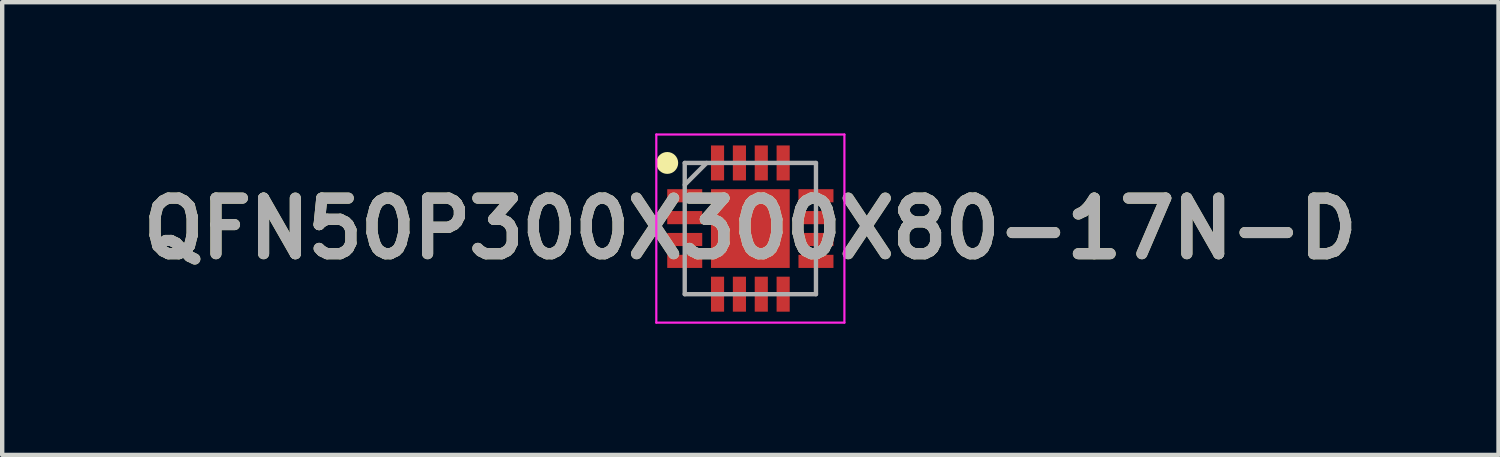
<source format=kicad_pcb>
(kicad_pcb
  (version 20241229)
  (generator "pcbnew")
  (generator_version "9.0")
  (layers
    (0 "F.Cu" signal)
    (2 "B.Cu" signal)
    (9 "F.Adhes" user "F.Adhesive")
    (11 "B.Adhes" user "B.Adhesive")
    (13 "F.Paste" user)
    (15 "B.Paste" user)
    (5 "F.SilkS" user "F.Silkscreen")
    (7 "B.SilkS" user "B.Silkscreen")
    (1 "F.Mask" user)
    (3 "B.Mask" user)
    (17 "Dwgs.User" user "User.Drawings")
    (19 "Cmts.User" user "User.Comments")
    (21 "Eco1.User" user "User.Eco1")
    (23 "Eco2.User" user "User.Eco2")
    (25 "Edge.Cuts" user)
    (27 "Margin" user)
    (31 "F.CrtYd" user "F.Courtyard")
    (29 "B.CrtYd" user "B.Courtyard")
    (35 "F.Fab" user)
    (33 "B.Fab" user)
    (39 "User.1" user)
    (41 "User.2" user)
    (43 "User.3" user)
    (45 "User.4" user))
  (footprint "QFN50P300X300X80-17N-D"
    (layer "F.Cu")
    (at 14.103 2.175)
    (property "Reference" "QFN50P300X300X80-17N-D" (at 0 0 0) (layer "F.SilkS") (effects (font (size 1.27 1.27) (thickness 0.254))))
    (attr smd)
    (fp_circle (center -1.9 -1.5) (end -1.9 -1.375) (stroke (width 0.25) (type solid)) (fill no) (layer "F.SilkS"))
    (fp_line (start -2.15 -2.15) (end 2.15 -2.15) (stroke (width 0.05) (type solid)) (layer "F.CrtYd"))
    (fp_line (start -2.15 2.15) (end -2.15 -2.15) (stroke (width 0.05) (type solid)) (layer "F.CrtYd"))
    (fp_line (start 2.15 -2.15) (end 2.15 2.15) (stroke (width 0.05) (type solid)) (layer "F.CrtYd"))
    (fp_line (start 2.15 2.15) (end -2.15 2.15) (stroke (width 0.05) (type solid)) (layer "F.CrtYd"))
    (fp_line (start -1.5 -1.5) (end 1.5 -1.5) (stroke (width 0.1) (type solid)) (layer "F.Fab"))
    (fp_line (start -1.5 -1) (end -1 -1.5) (stroke (width 0.1) (type solid)) (layer "F.Fab"))
    (fp_line (start -1.5 1.5) (end -1.5 -1.5) (stroke (width 0.1) (type solid)) (layer "F.Fab"))
    (fp_line (start 1.5 -1.5) (end 1.5 1.5) (stroke (width 0.1) (type solid)) (layer "F.Fab"))
    (fp_line (start 1.5 1.5) (end -1.5 1.5) (stroke (width 0.1) (type solid)) (layer "F.Fab"))
    (fp_text user "${REFERENCE}" (at 0 0 0) (layer "F.Fab") (effects (font (size 1.27 1.27) (thickness 0.254))))
    (pad "1" smd rect (at -1.5 -0.75 90) (size 0.3 0.8) (layers "F.Cu" "F.Mask" "F.Paste"))
    (pad "2" smd rect (at -1.5 -0.25 90) (size 0.3 0.8) (layers "F.Cu" "F.Mask" "F.Paste"))
    (pad "3" smd rect (at -1.5 0.25 90) (size 0.3 0.8) (layers "F.Cu" "F.Mask" "F.Paste"))
    (pad "4" smd rect (at -1.5 0.75 90) (size 0.3 0.8) (layers "F.Cu" "F.Mask" "F.Paste"))
    (pad "5" smd rect (at -0.75 1.5) (size 0.3 0.8) (layers "F.Cu" "F.Mask" "F.Paste"))
    (pad "6" smd rect (at -0.25 1.5) (size 0.3 0.8) (layers "F.Cu" "F.Mask" "F.Paste"))
    (pad "7" smd rect (at 0.25 1.5) (size 0.3 0.8) (layers "F.Cu" "F.Mask" "F.Paste"))
    (pad "8" smd rect (at 0.75 1.5) (size 0.3 0.8) (layers "F.Cu" "F.Mask" "F.Paste"))
    (pad "9" smd rect (at 1.5 0.75 90) (size 0.3 0.8) (layers "F.Cu" "F.Mask" "F.Paste"))
    (pad "10" smd rect (at 1.5 0.25 90) (size 0.3 0.8) (layers "F.Cu" "F.Mask" "F.Paste"))
    (pad "11" smd rect (at 1.5 -0.25 90) (size 0.3 0.8) (layers "F.Cu" "F.Mask" "F.Paste"))
    (pad "12" smd rect (at 1.5 -0.75 90) (size 0.3 0.8) (layers "F.Cu" "F.Mask" "F.Paste"))
    (pad "13" smd rect (at 0.75 -1.5) (size 0.3 0.8) (layers "F.Cu" "F.Mask" "F.Paste"))
    (pad "14" smd rect (at 0.25 -1.5) (size 0.3 0.8) (layers "F.Cu" "F.Mask" "F.Paste"))
    (pad "15" smd rect (at -0.25 -1.5) (size 0.3 0.8) (layers "F.Cu" "F.Mask" "F.Paste"))
    (pad "16" smd rect (at -0.75 -1.5) (size 0.3 0.8) (layers "F.Cu" "F.Mask" "F.Paste"))
    (pad "17" smd rect (at 0 0) (size 1.8 1.8) (layers "F.Cu" "F.Mask" "F.Paste")))
  (gr_rect
    (start -3 -3)
    (end 31.206 7.35)
    (stroke (width 0.1) (type default))
    (fill no)
    (layer "Edge.Cuts")))
</source>
